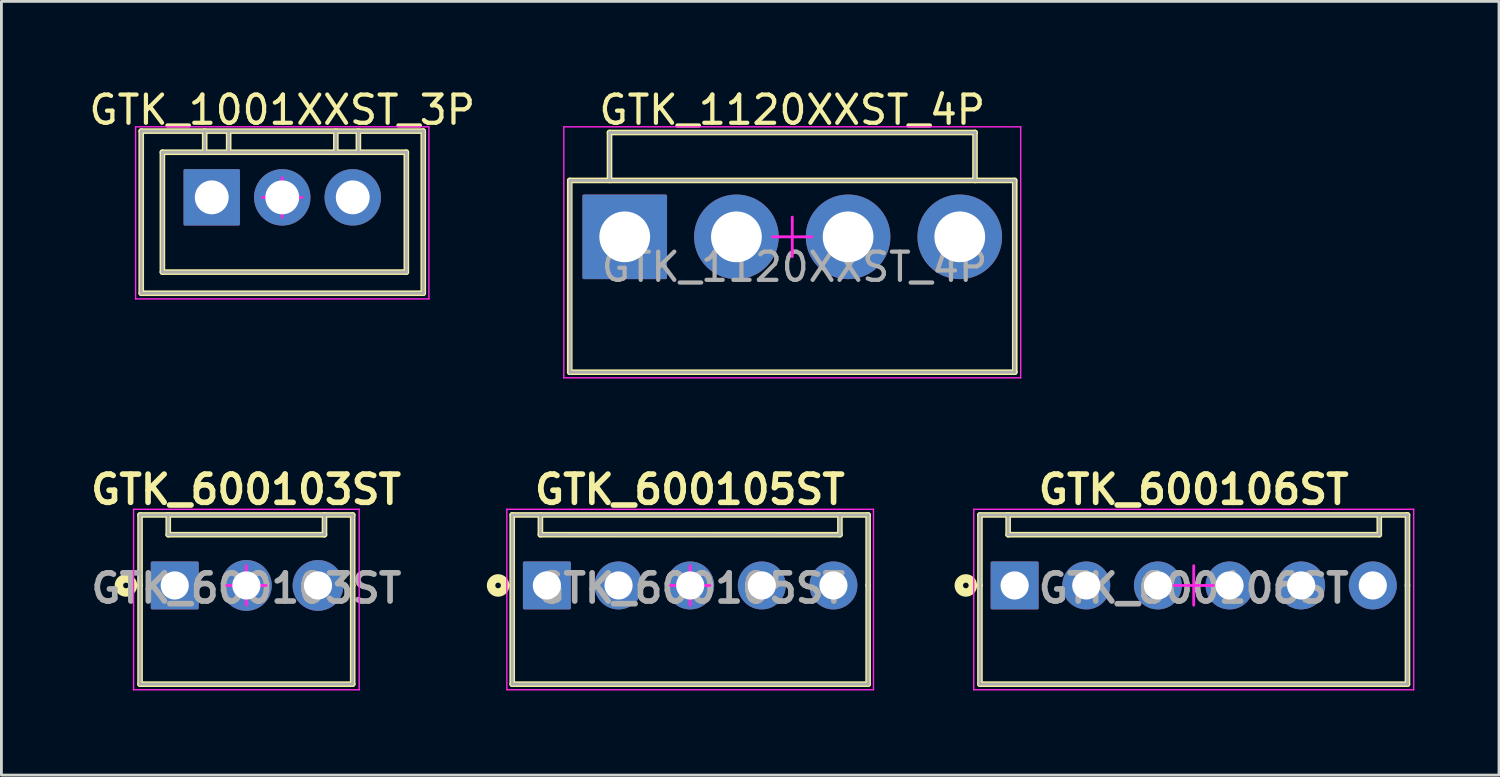
<source format=kicad_pcb>
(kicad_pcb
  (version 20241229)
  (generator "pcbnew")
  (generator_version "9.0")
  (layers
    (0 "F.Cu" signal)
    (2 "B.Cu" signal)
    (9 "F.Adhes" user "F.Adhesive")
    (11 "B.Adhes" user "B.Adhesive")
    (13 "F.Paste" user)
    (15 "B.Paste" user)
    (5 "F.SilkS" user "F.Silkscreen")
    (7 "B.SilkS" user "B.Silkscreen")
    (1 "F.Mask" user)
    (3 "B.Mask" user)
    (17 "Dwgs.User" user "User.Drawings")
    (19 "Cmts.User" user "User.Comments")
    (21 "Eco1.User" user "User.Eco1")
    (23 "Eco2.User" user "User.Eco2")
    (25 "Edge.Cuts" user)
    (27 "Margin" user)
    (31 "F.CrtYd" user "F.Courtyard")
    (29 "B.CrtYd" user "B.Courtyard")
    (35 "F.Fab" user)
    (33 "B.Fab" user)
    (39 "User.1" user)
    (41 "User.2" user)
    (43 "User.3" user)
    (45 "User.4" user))
  (footprint "GTK_600106ST"
    (layer "F.Cu")
    (at 39.277 17.709)
    (property "Reference" "GTK_600106ST" (at 0 -3.4 180) (layer "F.SilkS") (effects (font (size 1 1) (thickness 0.2))))
    (attr through_hole)
    (fp_line (start -7.58 -2.5) (end -7.58 0) (stroke (width 0.2) (type solid)) (layer "F.SilkS"))
    (fp_line (start -7.58 0) (end -7.58 3.5) (stroke (width 0.2) (type solid)) (layer "F.SilkS"))
    (fp_line (start -7.58 3.5) (end 7.58 3.5) (stroke (width 0.2) (type solid)) (layer "F.SilkS"))
    (fp_line (start -6.58 -1.8) (end -6.58 -2.5) (stroke (width 0.2) (type solid)) (layer "F.SilkS"))
    (fp_line (start 6.58 -2.5) (end 6.58 -1.8) (stroke (width 0.2) (type solid)) (layer "F.SilkS"))
    (fp_line (start 6.58 -1.8) (end -6.58 -1.8) (stroke (width 0.2) (type solid)) (layer "F.SilkS"))
    (fp_line (start 7.58 -2.5) (end -7.58 -2.5) (stroke (width 0.2) (type solid)) (layer "F.SilkS"))
    (fp_line (start 7.58 0) (end 7.58 -2.5) (stroke (width 0.2) (type solid)) (layer "F.SilkS"))
    (fp_line (start 7.58 3.5) (end 7.58 0) (stroke (width 0.2) (type solid)) (layer "F.SilkS"))
    (fp_circle (center -8.08 0) (end -7.98 0) (stroke (width 0.3) (type solid)) (fill no) (layer "F.SilkS"))
    (fp_line (start -7.8 -2.7) (end 7.8 -2.7) (stroke (width 0.05) (type solid)) (layer "F.CrtYd"))
    (fp_line (start -7.8 3.7) (end -7.8 -2.7) (stroke (width 0.05) (type solid)) (layer "F.CrtYd"))
    (fp_line (start 0 -0.7) (end 0 0.7) (stroke (width 0.1) (type solid)) (layer "F.CrtYd"))
    (fp_line (start 0.7 0) (end -0.7 0) (stroke (width 0.1) (type solid)) (layer "F.CrtYd"))
    (fp_line (start 7.8 -2.7) (end 7.8 3.7) (stroke (width 0.05) (type solid)) (layer "F.CrtYd"))
    (fp_line (start 7.8 3.7) (end -7.8 3.7) (stroke (width 0.05) (type solid)) (layer "F.CrtYd"))
    (fp_line (start -7.58 -2.5) (end 7.58 -2.5) (stroke (width 0.1) (type solid)) (layer "F.Fab"))
    (fp_line (start -7.58 3.5) (end -7.58 -2.5) (stroke (width 0.1) (type solid)) (layer "F.Fab"))
    (fp_line (start -6.58 -2.5) (end -6.58 -1.8) (stroke (width 0.1) (type solid)) (layer "F.Fab"))
    (fp_line (start -6.58 -1.8) (end 6.58 -1.8) (stroke (width 0.1) (type solid)) (layer "F.Fab"))
    (fp_line (start 6.58 -1.8) (end 6.58 -2.5) (stroke (width 0.1) (type solid)) (layer "F.Fab"))
    (fp_line (start 7.58 -2.5) (end 7.58 3.5) (stroke (width 0.1) (type solid)) (layer "F.Fab"))
    (fp_line (start 7.58 3.5) (end -7.58 3.5) (stroke (width 0.1) (type solid)) (layer "F.Fab"))
    (fp_text user "${REFERENCE}" (at 0 0.1 0) (layer "F.Fab") (effects (font (size 1 1) (thickness 0.2))))
    (pad "1" thru_hole roundrect (at -6.35 0) (size 1.7 1.7) (drill 1) (layers "*.Cu" "*.Mask") (roundrect_rratio 0.029))
    (pad "2" thru_hole circle (at -3.81 0) (size 1.7 1.7) (drill 1) (layers "*.Cu" "*.Mask"))
    (pad "3" thru_hole circle (at -1.27 0) (size 1.7 1.7) (drill 1) (layers "*.Cu" "*.Mask"))
    (pad "4" thru_hole circle (at 1.27 0) (size 1.7 1.7) (drill 1) (layers "*.Cu" "*.Mask"))
    (pad "5" thru_hole circle (at 3.81 0) (size 1.7 1.7) (drill 1) (layers "*.Cu" "*.Mask"))
    (pad "6" thru_hole circle (at 6.35 0) (size 1.7 1.7) (drill 1) (layers "*.Cu" "*.Mask")))
  (footprint "GTK_600103ST"
    (layer "F.Cu")
    (at 5.686 17.709)
    (property "Reference" "GTK_600103ST" (at -0.01 -3.4 180) (layer "F.SilkS") (effects (font (size 1 1) (thickness 0.2))))
    (attr through_hole)
    (fp_line (start -3.77 -2.5) (end -3.77 0) (stroke (width 0.2) (type solid)) (layer "F.SilkS"))
    (fp_line (start -3.77 0) (end -3.77 3.5) (stroke (width 0.2) (type solid)) (layer "F.SilkS"))
    (fp_line (start -3.77 3.5) (end 3.77 3.5) (stroke (width 0.2) (type solid)) (layer "F.SilkS"))
    (fp_line (start -2.77 -1.8) (end -2.77 -2.5) (stroke (width 0.2) (type solid)) (layer "F.SilkS"))
    (fp_line (start 2.77 -2.5) (end 2.77 -1.8) (stroke (width 0.2) (type solid)) (layer "F.SilkS"))
    (fp_line (start 2.77 -1.8) (end -2.77 -1.8) (stroke (width 0.2) (type solid)) (layer "F.SilkS"))
    (fp_line (start 3.77 -2.5) (end -3.77 -2.5) (stroke (width 0.2) (type solid)) (layer "F.SilkS"))
    (fp_line (start 3.77 0) (end 3.77 -2.5) (stroke (width 0.2) (type solid)) (layer "F.SilkS"))
    (fp_line (start 3.77 3.5) (end 3.77 0) (stroke (width 0.2) (type solid)) (layer "F.SilkS"))
    (fp_circle (center -4.27 0) (end -4.17 0) (stroke (width 0.3) (type solid)) (fill no) (layer "F.SilkS"))
    (fp_line (start -4 -2.7) (end 4 -2.7) (stroke (width 0.05) (type solid)) (layer "F.CrtYd"))
    (fp_line (start -4 3.7) (end -4 -2.7) (stroke (width 0.05) (type solid)) (layer "F.CrtYd"))
    (fp_line (start 0 -0.7) (end 0 0.7) (stroke (width 0.1) (type solid)) (layer "F.CrtYd"))
    (fp_line (start 0.7 0) (end -0.7 0) (stroke (width 0.1) (type solid)) (layer "F.CrtYd"))
    (fp_line (start 4 -2.7) (end 4 3.7) (stroke (width 0.05) (type solid)) (layer "F.CrtYd"))
    (fp_line (start 4 3.7) (end -4 3.7) (stroke (width 0.05) (type solid)) (layer "F.CrtYd"))
    (fp_line (start -3.77 -2.5) (end 3.77 -2.5) (stroke (width 0.1) (type solid)) (layer "F.Fab"))
    (fp_line (start -3.77 3.5) (end -3.77 -2.5) (stroke (width 0.1) (type solid)) (layer "F.Fab"))
    (fp_line (start -2.77 -2.5) (end -2.77 -1.8) (stroke (width 0.1) (type solid)) (layer "F.Fab"))
    (fp_line (start -2.77 -1.8) (end 2.77 -1.8) (stroke (width 0.1) (type solid)) (layer "F.Fab"))
    (fp_line (start 2.77 -1.8) (end 2.77 -2.5) (stroke (width 0.1) (type solid)) (layer "F.Fab"))
    (fp_line (start 3.77 -2.5) (end 3.77 3.5) (stroke (width 0.1) (type solid)) (layer "F.Fab"))
    (fp_line (start 3.77 3.5) (end -3.77 3.5) (stroke (width 0.1) (type solid)) (layer "F.Fab"))
    (fp_text user "${REFERENCE}" (at 0 0.1 0) (layer "F.Fab") (effects (font (size 1 1) (thickness 0.2))))
    (pad "1" thru_hole roundrect (at -2.54 0) (size 1.7 1.7) (drill 1) (layers "*.Cu" "*.Mask") (roundrect_rratio 0.03))
    (pad "2" thru_hole circle (at 0 0) (size 1.8 1.8) (drill 1) (layers "*.Cu" "*.Mask"))
    (pad "3" thru_hole circle (at 2.54 0) (size 1.8 1.8) (drill 1) (layers "*.Cu" "*.Mask")))
  (footprint "GTK_1001XXST_3P"
    (layer "F.Cu")
    (at 6.958 3.948)
    (property "Reference" "GTK_1001XXST_3P" (at 0 -3.1 0) (layer "F.SilkS") (effects (font (size 1 1) (thickness 0.15))))
    (attr through_hole)
    (fp_line (start -5 -2.35) (end -5 3.4) (stroke (width 0.2) (type solid)) (layer "F.SilkS"))
    (fp_line (start -5 -2.35) (end 5 -2.35) (stroke (width 0.2) (type solid)) (layer "F.SilkS"))
    (fp_line (start -5 3.4) (end 5 3.4) (stroke (width 0.2) (type solid)) (layer "F.SilkS"))
    (fp_line (start -4.25 -1.6) (end 4.4 -1.6) (stroke (width 0.2) (type solid)) (layer "F.SilkS"))
    (fp_line (start -4.25 2.65) (end -4.25 -1.6) (stroke (width 0.2) (type solid)) (layer "F.SilkS"))
    (fp_line (start -2.75 -2.35) (end -2.75 -1.6) (stroke (width 0.2) (type solid)) (layer "F.SilkS"))
    (fp_line (start -1.9 -1.6) (end -1.9 -2.3) (stroke (width 0.2) (type solid)) (layer "F.SilkS"))
    (fp_line (start 1.9 -1.6) (end 1.9 -2.35) (stroke (width 0.2) (type solid)) (layer "F.SilkS"))
    (fp_line (start 2.7 -1.6) (end 2.7 -2.35) (stroke (width 0.2) (type solid)) (layer "F.SilkS"))
    (fp_line (start 4.4 -1.6) (end 4.4 2.65) (stroke (width 0.2) (type solid)) (layer "F.SilkS"))
    (fp_line (start 4.4 2.65) (end -4.25 2.65) (stroke (width 0.2) (type solid)) (layer "F.SilkS"))
    (fp_line (start 5 3.4) (end 5 -2.35) (stroke (width 0.2) (type solid)) (layer "F.SilkS"))
    (fp_line (start -5.2 -2.5) (end 5.2 -2.5) (stroke (width 0.05) (type solid)) (layer "F.CrtYd"))
    (fp_line (start -5.2 3.6) (end -5.2 -2.5) (stroke (width 0.05) (type solid)) (layer "F.CrtYd"))
    (fp_line (start -0.7 0) (end 0.7 0) (stroke (width 0.1) (type solid)) (layer "F.CrtYd"))
    (fp_line (start 0 -0.7) (end 0 0.7) (stroke (width 0.1) (type solid)) (layer "F.CrtYd"))
    (fp_line (start 5.2 -2.5) (end 5.2 3.6) (stroke (width 0.05) (type solid)) (layer "F.CrtYd"))
    (fp_line (start 5.2 3.6) (end -5.2 3.6) (stroke (width 0.05) (type solid)) (layer "F.CrtYd"))
    (fp_line (start -5 -2.35) (end 5 -2.35) (stroke (width 0.1) (type solid)) (layer "F.Fab"))
    (fp_line (start -5 3.4) (end -5 -2.35) (stroke (width 0.1) (type solid)) (layer "F.Fab"))
    (fp_line (start -4.25 -1.6) (end 4.4 -1.6) (stroke (width 0.1) (type solid)) (layer "F.Fab"))
    (fp_line (start -4.25 2.65) (end -4.25 -1.6) (stroke (width 0.1) (type solid)) (layer "F.Fab"))
    (fp_line (start -2.75 -1.6) (end -2.75 -2.35) (stroke (width 0.1) (type solid)) (layer "F.Fab"))
    (fp_line (start -1.9 -2.35) (end -1.9 -1.6) (stroke (width 0.1) (type solid)) (layer "F.Fab"))
    (fp_line (start 1.9 -2.35) (end 1.9 -1.6) (stroke (width 0.1) (type solid)) (layer "F.Fab"))
    (fp_line (start 2.7 -2.35) (end 2.7 -1.6) (stroke (width 0.1) (type solid)) (layer "F.Fab"))
    (fp_line (start 4.4 -1.6) (end 4.4 2.65) (stroke (width 0.1) (type solid)) (layer "F.Fab"))
    (fp_line (start 4.4 2.65) (end -4.25 2.65) (stroke (width 0.1) (type solid)) (layer "F.Fab"))
    (fp_line (start 5 -2.35) (end 5 3.4) (stroke (width 0.1) (type solid)) (layer "F.Fab"))
    (fp_line (start 5 3.4) (end -5 3.4) (stroke (width 0.1) (type solid)) (layer "F.Fab"))
    (pad "1" thru_hole roundrect (at -2.5 0) (size 2 2) (drill 1.2) (layers "*.Cu" "*.Mask") (roundrect_rratio 0.025))
    (pad "2" thru_hole circle (at 0 0) (size 2 2) (drill 1.2) (layers "*.Cu" "*.Mask"))
    (pad "3" thru_hole circle (at 2.5 0) (size 2 2) (drill 1.2) (layers "*.Cu" "*.Mask")))
  (footprint "GTK_1120XXST_4P"
    (layer "F.Cu")
    (at 25.042 5.348)
    (property "Reference" "GTK_1120XXST_4P" (at 0 -4.5 0) (layer "F.SilkS") (effects (font (size 1 1) (thickness 0.15))))
    (attr through_hole)
    (fp_line (start -7.89 -2) (end -7.89 4.8) (stroke (width 0.2) (type solid)) (layer "F.SilkS"))
    (fp_line (start -7.89 -2) (end 7.88 -2) (stroke (width 0.2) (type solid)) (layer "F.SilkS"))
    (fp_line (start -7.89 4.8) (end 7.89 4.8) (stroke (width 0.2) (type solid)) (layer "F.SilkS"))
    (fp_line (start -6.48 -3.7) (end -6.48 -2) (stroke (width 0.2) (type solid)) (layer "F.SilkS"))
    (fp_line (start -6.48 -3.7) (end 6.48 -3.7) (stroke (width 0.2) (type solid)) (layer "F.SilkS"))
    (fp_line (start 6.48 -3.7) (end 6.48 -2) (stroke (width 0.2) (type solid)) (layer "F.SilkS"))
    (fp_line (start 7.89 -2) (end 7.89 4.8) (stroke (width 0.2) (type solid)) (layer "F.SilkS"))
    (fp_line (start -8.1 -3.9) (end 8.1 -3.9) (stroke (width 0.05) (type solid)) (layer "F.CrtYd"))
    (fp_line (start -8.1 5) (end -8.1 -3.9) (stroke (width 0.05) (type solid)) (layer "F.CrtYd"))
    (fp_line (start -0.7 0) (end 0.7 0) (stroke (width 0.1) (type solid)) (layer "F.CrtYd"))
    (fp_line (start 0 -0.7) (end 0 0.7) (stroke (width 0.1) (type solid)) (layer "F.CrtYd"))
    (fp_line (start 8.1 -3.9) (end 8.1 5) (stroke (width 0.05) (type solid)) (layer "F.CrtYd"))
    (fp_line (start 8.1 5) (end -8.1 5) (stroke (width 0.05) (type solid)) (layer "F.CrtYd"))
    (fp_line (start -7.88 -2) (end -7.88 4.8) (stroke (width 0.1) (type solid)) (layer "F.Fab"))
    (fp_line (start -7.88 4.8) (end 7.88 4.8) (stroke (width 0.1) (type solid)) (layer "F.Fab"))
    (fp_line (start -6.48 -3.7) (end -6.48 -2) (stroke (width 0.1) (type solid)) (layer "F.Fab"))
    (fp_line (start -6.48 -3.7) (end 6.48 -3.7) (stroke (width 0.1) (type solid)) (layer "F.Fab"))
    (fp_line (start 6.48 -3.7) (end 6.48 -2) (stroke (width 0.1) (type solid)) (layer "F.Fab"))
    (fp_line (start 7.88 -2) (end -7.88 -2) (stroke (width 0.1) (type solid)) (layer "F.Fab"))
    (fp_line (start 7.88 4.8) (end 7.88 -2) (stroke (width 0.1) (type solid)) (layer "F.Fab"))
    (fp_text user "${REFERENCE}" (at 0.08 1.07 0) (layer "F.Fab") (effects (font (size 1 1) (thickness 0.15))))
    (pad "1" thru_hole roundrect (at -5.94 0) (size 3 3) (drill 1.8) (layers "*.Cu" "*.Mask") (roundrect_rratio 0.017))
    (pad "2" thru_hole circle (at -1.98 0) (size 3 3) (drill 1.8) (layers "*.Cu" "*.Mask"))
    (pad "3" thru_hole circle (at 1.98 0) (size 3 3) (drill 1.8) (layers "*.Cu" "*.Mask"))
    (pad "4" thru_hole circle (at 5.94 0) (size 3 3) (drill 1.8) (layers "*.Cu" "*.Mask")))
  (footprint "GTK_600105ST"
    (layer "F.Cu")
    (at 21.422 17.709)
    (property "Reference" "GTK_600105ST" (at -0.01 -3.4 180) (layer "F.SilkS") (effects (font (size 1 1) (thickness 0.2))))
    (attr through_hole)
    (fp_line (start -6.31 -2.5) (end -6.31 0) (stroke (width 0.2) (type solid)) (layer "F.SilkS"))
    (fp_line (start -6.31 0) (end -6.31 3.5) (stroke (width 0.2) (type solid)) (layer "F.SilkS"))
    (fp_line (start -6.31 3.5) (end 6.31 3.5) (stroke (width 0.2) (type solid)) (layer "F.SilkS"))
    (fp_line (start -5.31 -1.8) (end -5.31 -2.5) (stroke (width 0.2) (type solid)) (layer "F.SilkS"))
    (fp_line (start 5.31 -2.5) (end 5.31 -1.8) (stroke (width 0.2) (type solid)) (layer "F.SilkS"))
    (fp_line (start 5.31 -1.8) (end -5.31 -1.8) (stroke (width 0.2) (type solid)) (layer "F.SilkS"))
    (fp_line (start 6.31 -2.5) (end -6.31 -2.5) (stroke (width 0.2) (type solid)) (layer "F.SilkS"))
    (fp_line (start 6.31 0) (end 6.31 -2.5) (stroke (width 0.2) (type solid)) (layer "F.SilkS"))
    (fp_line (start 6.31 3.5) (end 6.31 0) (stroke (width 0.2) (type solid)) (layer "F.SilkS"))
    (fp_circle (center -6.81 0) (end -6.71 0) (stroke (width 0.3) (type solid)) (fill no) (layer "F.SilkS"))
    (fp_line (start -6.5 -2.7) (end 6.5 -2.7) (stroke (width 0.05) (type solid)) (layer "F.CrtYd"))
    (fp_line (start -6.5 3.7) (end -6.5 -2.7) (stroke (width 0.05) (type solid)) (layer "F.CrtYd"))
    (fp_line (start 0 -0.7) (end 0 0.7) (stroke (width 0.1) (type solid)) (layer "F.CrtYd"))
    (fp_line (start 0.7 0) (end -0.7 0) (stroke (width 0.1) (type solid)) (layer "F.CrtYd"))
    (fp_line (start 6.5 -2.7) (end 6.5 3.7) (stroke (width 0.05) (type solid)) (layer "F.CrtYd"))
    (fp_line (start 6.5 3.7) (end -6.5 3.7) (stroke (width 0.05) (type solid)) (layer "F.CrtYd"))
    (fp_line (start -6.31 -2.5) (end 6.31 -2.5) (stroke (width 0.1) (type solid)) (layer "F.Fab"))
    (fp_line (start -6.31 3.5) (end -6.31 -2.5) (stroke (width 0.1) (type solid)) (layer "F.Fab"))
    (fp_line (start -5.31 -2.5) (end -5.31 -1.8) (stroke (width 0.1) (type solid)) (layer "F.Fab"))
    (fp_line (start -5.31 -1.8) (end 5.31 -1.79) (stroke (width 0.1) (type solid)) (layer "F.Fab"))
    (fp_line (start 5.31 -1.8) (end 5.31 -2.5) (stroke (width 0.1) (type solid)) (layer "F.Fab"))
    (fp_line (start 6.31 -2.5) (end 6.31 3.5) (stroke (width 0.1) (type solid)) (layer "F.Fab"))
    (fp_line (start 6.31 3.5) (end -6.31 3.5) (stroke (width 0.1) (type solid)) (layer "F.Fab"))
    (fp_text user "${REFERENCE}" (at 0 0.1 0) (layer "F.Fab") (effects (font (size 1 1) (thickness 0.2))))
    (pad "1" thru_hole roundrect (at -5.08 0) (size 1.7 1.7) (drill 1) (layers "*.Cu" "*.Mask") (roundrect_rratio 0.029))
    (pad "2" thru_hole circle (at -2.54 0) (size 1.7 1.7) (drill 1) (layers "*.Cu" "*.Mask"))
    (pad "3" thru_hole circle (at 0 0) (size 1.7 1.7) (drill 1) (layers "*.Cu" "*.Mask"))
    (pad "4" thru_hole circle (at 2.54 0) (size 1.7 1.7) (drill 1) (layers "*.Cu" "*.Mask"))
    (pad "5" thru_hole circle (at 5.08 0) (size 1.7 1.7) (drill 1) (layers "*.Cu" "*.Mask")))
  (gr_rect
    (start -3 -3)
    (end 50.102 24.434)
    (stroke (width 0.1) (type default))
    (fill no)
    (layer "Edge.Cuts")))
</source>
